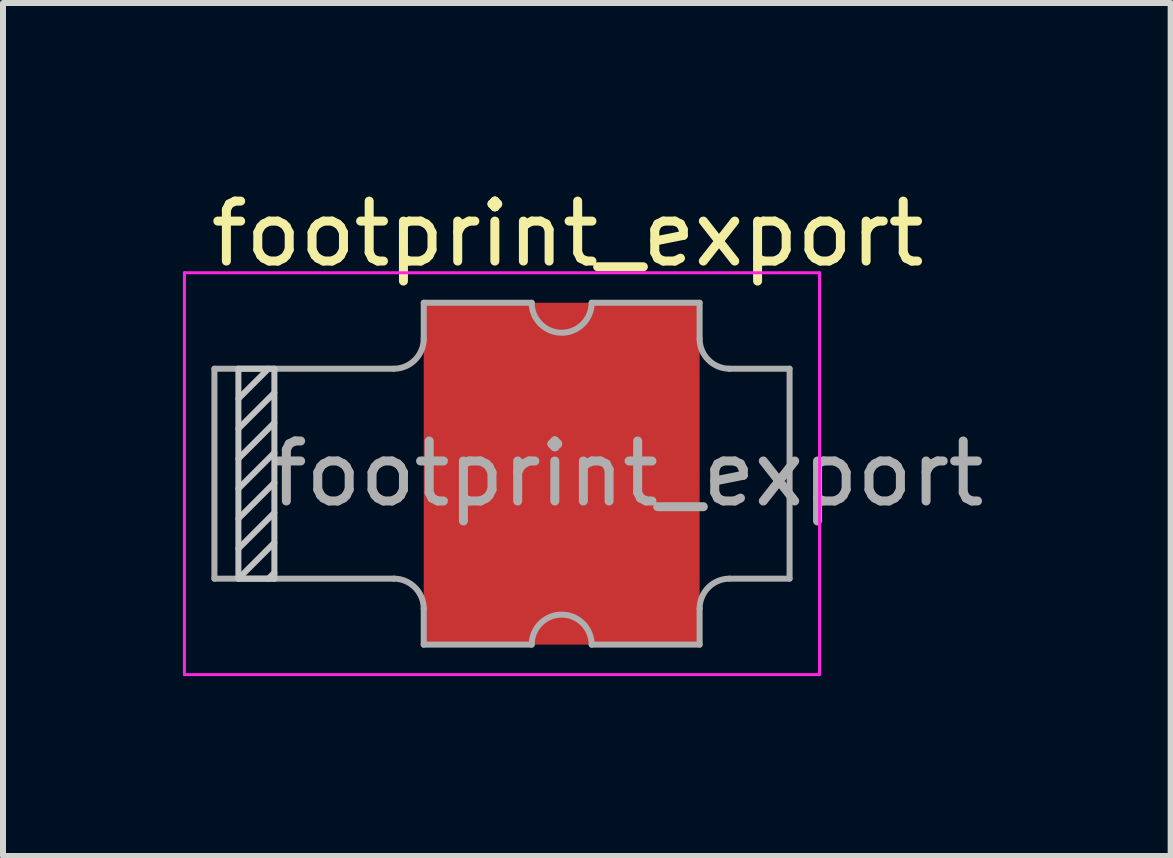
<source format=kicad_pcb>
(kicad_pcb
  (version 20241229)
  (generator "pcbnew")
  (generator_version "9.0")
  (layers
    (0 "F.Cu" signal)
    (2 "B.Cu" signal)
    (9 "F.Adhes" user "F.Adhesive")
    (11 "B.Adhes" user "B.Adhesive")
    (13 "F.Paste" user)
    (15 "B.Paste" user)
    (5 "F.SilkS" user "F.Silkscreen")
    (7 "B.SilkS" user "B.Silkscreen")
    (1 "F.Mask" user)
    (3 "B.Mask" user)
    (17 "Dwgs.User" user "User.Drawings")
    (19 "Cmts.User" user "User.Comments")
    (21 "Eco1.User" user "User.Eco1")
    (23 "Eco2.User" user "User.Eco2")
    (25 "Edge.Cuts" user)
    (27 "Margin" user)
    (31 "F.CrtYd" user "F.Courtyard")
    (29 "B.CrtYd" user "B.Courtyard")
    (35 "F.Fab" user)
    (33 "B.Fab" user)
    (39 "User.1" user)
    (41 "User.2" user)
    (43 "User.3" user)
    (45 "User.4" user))
  (footprint "footprint_export"
    (layer "F.Cu")
    (at 7.415 4.848)
    (property "Reference" "footprint_export" (at -1 -4 0) (layer "F.SilkS") (effects (font (size 1 1) (thickness 0.15))))
    (attr smd)
    (fp_line (start -6.49 -1.75) (end -6.49 1.75) (stroke (width 0.1) (type solid)) (layer "Dwgs.User"))
    (fp_line (start -6.49 -0.75) (end -5.89 -1.35) (stroke (width 0.1) (type solid)) (layer "Dwgs.User"))
    (fp_line (start -6.49 0.25) (end -5.89 -0.35) (stroke (width 0.1) (type solid)) (layer "Dwgs.User"))
    (fp_line (start -6.49 1.25) (end -5.89 0.65) (stroke (width 0.1) (type solid)) (layer "Dwgs.User"))
    (fp_line (start -6.49 1.75) (end -5.89 1.75) (stroke (width 0.1) (type solid)) (layer "Dwgs.User"))
    (fp_line (start -5.99 -1.75) (end -6.49 -1.25) (stroke (width 0.1) (type solid)) (layer "Dwgs.User"))
    (fp_line (start -5.89 -1.75) (end -6.49 -1.75) (stroke (width 0.1) (type solid)) (layer "Dwgs.User"))
    (fp_line (start -5.89 -0.85) (end -6.49 -0.25) (stroke (width 0.1) (type solid)) (layer "Dwgs.User"))
    (fp_line (start -5.89 0.15) (end -6.49 0.75) (stroke (width 0.1) (type solid)) (layer "Dwgs.User"))
    (fp_line (start -5.89 1.15) (end -6.49 1.75) (stroke (width 0.1) (type solid)) (layer "Dwgs.User"))
    (fp_line (start -5.89 1.65) (end -5.99 1.75) (stroke (width 0.1) (type solid)) (layer "Dwgs.User"))
    (fp_line (start -5.89 1.75) (end -5.89 -1.75) (stroke (width 0.1) (type solid)) (layer "Dwgs.User"))
    (fp_line (start -7.39 -3.35) (end 3.2 -3.35) (stroke (width 0.05) (type solid)) (layer "F.CrtYd"))
    (fp_line (start -7.39 3.35) (end -7.39 -3.35) (stroke (width 0.05) (type solid)) (layer "F.CrtYd"))
    (fp_line (start 3.2 -3.35) (end 3.2 3.35) (stroke (width 0.05) (type solid)) (layer "F.CrtYd"))
    (fp_line (start 3.2 3.35) (end -7.39 3.35) (stroke (width 0.05) (type solid)) (layer "F.CrtYd"))
    (fp_line (start -6.89 -1.75) (end -3.9 -1.75) (stroke (width 0.1) (type solid)) (layer "F.Fab"))
    (fp_line (start -6.89 1.75) (end -6.89 -1.75) (stroke (width 0.1) (type solid)) (layer "F.Fab"))
    (fp_line (start -6.89 1.75) (end -3.9 1.75) (stroke (width 0.1) (type solid)) (layer "F.Fab"))
    (fp_line (start -3.4 -2.25) (end -3.4 -2.85) (stroke (width 0.1) (type solid)) (layer "F.Fab"))
    (fp_line (start -3.4 2.25) (end -3.4 2.85) (stroke (width 0.1) (type solid)) (layer "F.Fab"))
    (fp_line (start -1.6 -2.85) (end -3.4 -2.85) (stroke (width 0.1) (type solid)) (layer "F.Fab"))
    (fp_line (start -1.6 2.85) (end -3.4 2.85) (stroke (width 0.1) (type solid)) (layer "F.Fab"))
    (fp_line (start -0.6 -2.85) (end 1.2 -2.85) (stroke (width 0.1) (type solid)) (layer "F.Fab"))
    (fp_line (start -0.6 2.85) (end 1.2 2.85) (stroke (width 0.1) (type solid)) (layer "F.Fab"))
    (fp_line (start 1.2 -2.25) (end 1.2 -2.85) (stroke (width 0.1) (type solid)) (layer "F.Fab"))
    (fp_line (start 1.2 2.25) (end 1.2 2.85) (stroke (width 0.1) (type solid)) (layer "F.Fab"))
    (fp_line (start 1.7 -1.75) (end 2.7 -1.75) (stroke (width 0.1) (type solid)) (layer "F.Fab"))
    (fp_line (start 1.7 1.75) (end 2.7 1.75) (stroke (width 0.1) (type solid)) (layer "F.Fab"))
    (fp_line (start 2.7 -1.75) (end 2.7 1.75) (stroke (width 0.1) (type solid)) (layer "F.Fab"))
    (fp_arc (start -3.9 1.75) (mid -3.546447 1.896447) (end -3.4 2.25) (stroke (width 0.1) (type solid)) (layer "F.Fab"))
    (fp_arc (start -3.4 -2.25) (mid -3.546447 -1.896447) (end -3.9 -1.75) (stroke (width 0.1) (type solid)) (layer "F.Fab"))
    (fp_arc (start -1.6 2.85) (mid -1.1 2.35) (end -0.6 2.85) (stroke (width 0.1) (type solid)) (layer "F.Fab"))
    (fp_arc (start -0.6 -2.85) (mid -1.1 -2.35) (end -1.6 -2.85) (stroke (width 0.1) (type solid)) (layer "F.Fab"))
    (fp_arc (start 1.2 2.25) (mid 1.346447 1.896447) (end 1.7 1.75) (stroke (width 0.1) (type solid)) (layer "F.Fab"))
    (fp_arc (start 1.7 -1.75) (mid 1.346447 -1.896447) (end 1.2 -2.25) (stroke (width 0.1) (type solid)) (layer "F.Fab"))
    (fp_text user "${REFERENCE}" (at 0 0 0) (layer "F.Fab") (effects (font (size 1 1) (thickness 0.15))))
    (pad "1" smd rect (at -1.1 0) (size 4.6 5.7) (layers "F.Cu" "F.Mask" "F.Paste")))
  (gr_rect
    (start -3 -3)
    (end 16.469 11.223)
    (stroke (width 0.1) (type default))
    (fill no)
    (layer "Edge.Cuts")))
</source>
